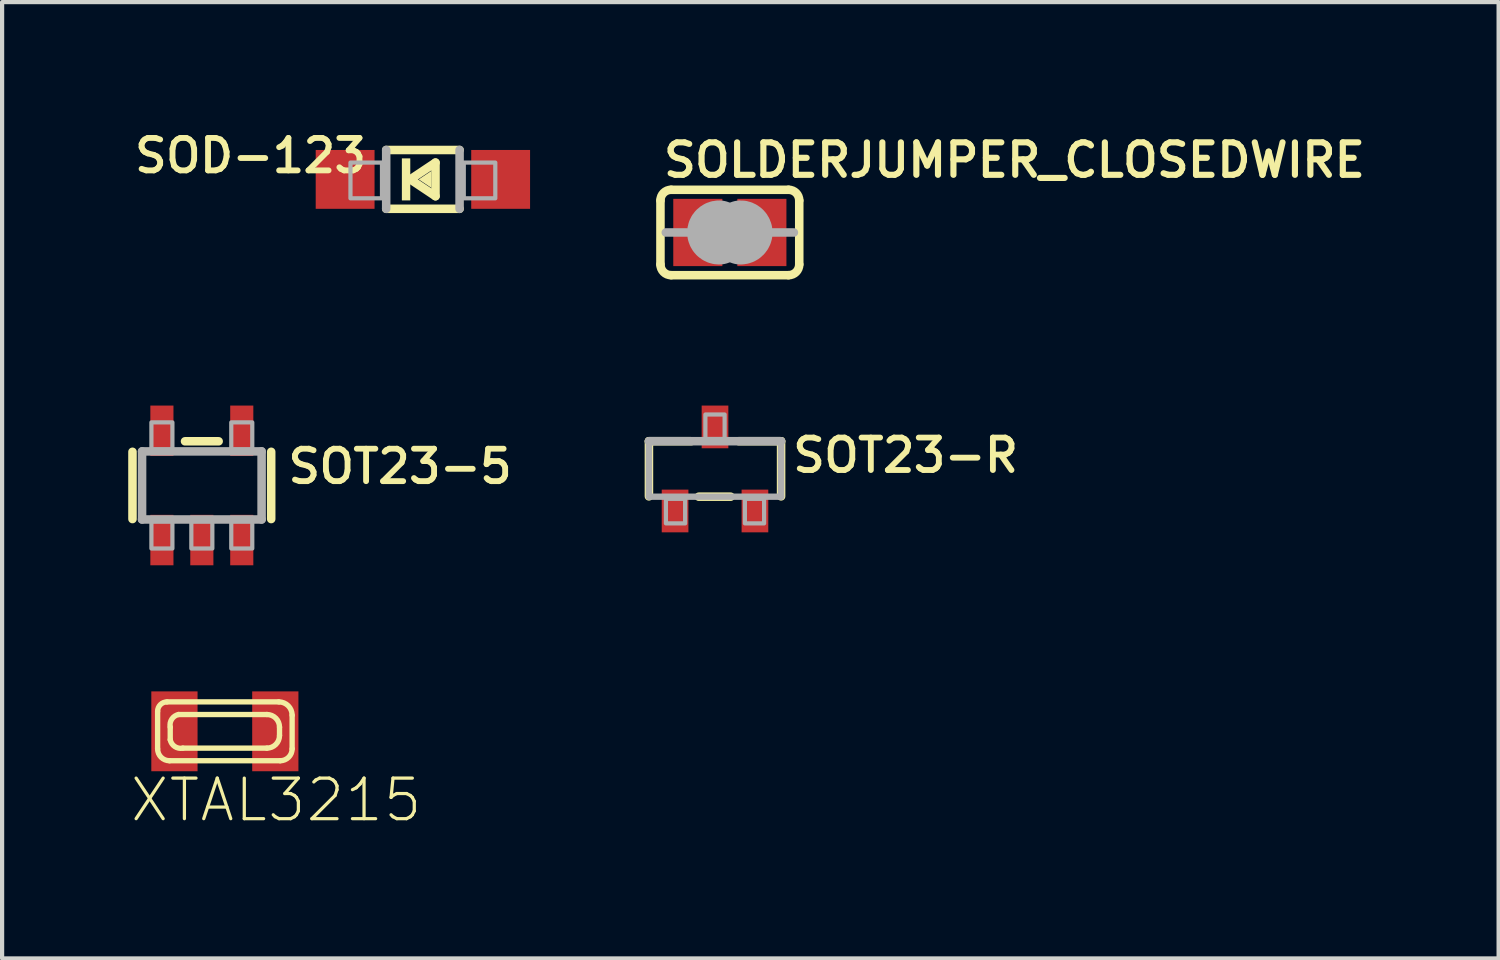
<source format=kicad_pcb>
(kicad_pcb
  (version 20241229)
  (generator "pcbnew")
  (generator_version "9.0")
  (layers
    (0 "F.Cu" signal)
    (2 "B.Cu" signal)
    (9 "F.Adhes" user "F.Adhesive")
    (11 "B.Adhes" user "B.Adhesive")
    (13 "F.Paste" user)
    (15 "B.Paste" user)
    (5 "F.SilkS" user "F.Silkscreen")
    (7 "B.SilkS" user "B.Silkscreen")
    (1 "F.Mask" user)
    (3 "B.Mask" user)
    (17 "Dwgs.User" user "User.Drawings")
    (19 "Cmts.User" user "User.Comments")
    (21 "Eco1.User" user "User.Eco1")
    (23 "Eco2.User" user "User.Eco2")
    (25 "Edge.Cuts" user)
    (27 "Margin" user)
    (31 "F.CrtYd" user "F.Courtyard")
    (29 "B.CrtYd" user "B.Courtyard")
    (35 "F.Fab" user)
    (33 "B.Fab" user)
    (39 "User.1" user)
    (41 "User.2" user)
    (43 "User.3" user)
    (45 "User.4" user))
  (footprint "SOLDERJUMPER_CLOSEDWIRE"
    (layer "F.Cu")
    (at 14.314 2.481)
    (property "Reference" "SOLDERJUMPER_CLOSEDWIRE" (at -1.651 -1.27 0) (layer "F.SilkS") (effects (font (size 0.772 0.772) (thickness 0.146)) (justify left bottom)))
    (attr through_hole)
    (fp_poly (pts (xy -1.27 -0.762) (xy 1.27 -0.762) (xy 1.27 0.762) (xy -1.27 0.762)) (stroke (width 0) (type solid)) (fill yes) (layer "F.Mask"))
    (fp_line (start -1.651 0.762) (end -1.651 -0.762) (stroke (width 0.203) (type solid)) (layer "F.SilkS"))
    (fp_line (start -1.397 -1.016) (end 1.397 -1.016) (stroke (width 0.203) (type solid)) (layer "F.SilkS"))
    (fp_line (start 1.397 1.016) (end -1.397 1.016) (stroke (width 0.203) (type solid)) (layer "F.SilkS"))
    (fp_line (start 1.651 0.762) (end 1.651 -0.762) (stroke (width 0.203) (type solid)) (layer "F.SilkS"))
    (fp_arc (start -1.651 -0.762) (mid -1.576605 -0.941605) (end -1.397 -1.016) (stroke (width 0.2032) (type solid)) (layer "F.SilkS"))
    (fp_arc (start -1.397 1.016) (mid -1.576605 0.941605) (end -1.651 0.762) (stroke (width 0.2032) (type solid)) (layer "F.SilkS"))
    (fp_arc (start 1.397 -1.016) (mid 1.576605 -0.941605) (end 1.651 -0.762) (stroke (width 0.2032) (type solid)) (layer "F.SilkS"))
    (fp_arc (start 1.651 0.762) (mid 1.576605 0.941605) (end 1.397 1.016) (stroke (width 0.2032) (type solid)) (layer "F.SilkS"))
    (fp_line (start -1.016 0) (end -1.524 0) (stroke (width 0.203) (type solid)) (layer "F.Fab"))
    (fp_line (start 1.016 0) (end 1.524 0) (stroke (width 0.203) (type solid)) (layer "F.Fab"))
    (fp_arc (start -0.254 0.127) (mid -0.381 0) (end -0.254 -0.127) (stroke (width 1.27) (type solid)) (layer "F.Fab"))
    (fp_arc (start 0.254 -0.127) (mid 0.381 0) (end 0.254 0.127) (stroke (width 1.27) (type solid)) (layer "F.Fab"))
    (pad "1" smd rect (at -0.762 0) (size 1.168 1.6) (layers "F.Cu" "F.Mask"))
    (pad "2" smd rect (at 0.762 0) (size 1.168 1.6) (layers "F.Cu" "F.Mask"))
    (pad "WIRE" smd rect (at 0 0) (size 0.635 0.203) (layers "F.Cu" "F.Mask")))
  (footprint "SOD-123"
    (layer "F.Cu")
    (at 7.011 1.218)
    (property "Reference" "SOD-123" (at -1.27 -1.016 180) (layer "F.SilkS") (effects (font (size 0.772 0.772) (thickness 0.139)) (justify right top)))
    (attr through_hole)
    (fp_line (start -0.873 -0.7) (end 0.873 -0.7) (stroke (width 0.203) (type solid)) (layer "F.SilkS"))
    (fp_line (start -0.3 0) (end 0.3 -0.4) (stroke (width 0.203) (type solid)) (layer "F.SilkS"))
    (fp_line (start 0.3 -0.4) (end 0.3 0.4) (stroke (width 0.203) (type solid)) (layer "F.SilkS"))
    (fp_line (start 0.3 0.4) (end -0.3 0) (stroke (width 0.203) (type solid)) (layer "F.SilkS"))
    (fp_line (start 0.873 0.7) (end -0.873 0.7) (stroke (width 0.203) (type solid)) (layer "F.SilkS"))
    (fp_poly (pts (xy -0.1 0) (xy 0.2 -0.2) (xy 0.2 0.2)) (stroke (width 0) (type solid)) (fill yes) (layer "F.SilkS"))
    (fp_poly (pts (xy -0.5 0.5) (xy -0.3 0.5) (xy -0.3 -0.5) (xy -0.5 -0.5)) (stroke (width 0) (type solid)) (fill yes) (layer "F.SilkS"))
    (fp_line (start -0.873 0.7) (end -0.873 -0.7) (stroke (width 0.203) (type solid)) (layer "F.Fab"))
    (fp_line (start 0.873 -0.7) (end 0.873 0.7) (stroke (width 0.203) (type solid)) (layer "F.Fab"))
    (fp_poly (pts (xy -1.723 0.45) (xy -0.973 0.45) (xy -0.973 -0.4) (xy -1.723 -0.4)) (stroke (width 0.1) (type solid)) (fill no) (layer "F.Fab"))
    (fp_poly (pts (xy 0.973 0.45) (xy 1.723 0.45) (xy 1.723 -0.4) (xy 0.973 -0.4)) (stroke (width 0.1) (type solid)) (fill no) (layer "F.Fab"))
    (pad "A" smd rect (at 1.85 0 90) (size 1.4 1.4) (layers "F.Cu" "F.Mask" "F.Paste"))
    (pad "C" smd rect (at -1.85 0 90) (size 1.4 1.4) (layers "F.Cu" "F.Mask" "F.Paste")))
  (footprint "SOT23-R"
    (layer "F.Cu")
    (at 13.961 8.107)
    (property "Reference" "SOT23-R" (at 1.778 0.127 0) (layer "F.SilkS") (effects (font (size 0.772 0.772) (thickness 0.139)) (justify left bottom)))
    (attr through_hole)
    (fp_line (start -1.572 -0.66) (end -0.564 -0.66) (stroke (width 0.203) (type solid)) (layer "F.SilkS"))
    (fp_line (start -1.572 0.652) (end -1.572 -0.66) (stroke (width 0.203) (type solid)) (layer "F.SilkS"))
    (fp_line (start 0.372 0.66) (end -0.386 0.66) (stroke (width 0.203) (type solid)) (layer "F.SilkS"))
    (fp_line (start 0.564 -0.66) (end 1.572 -0.66) (stroke (width 0.203) (type solid)) (layer "F.SilkS"))
    (fp_line (start 1.572 -0.66) (end 1.572 0.652) (stroke (width 0.203) (type solid)) (layer "F.SilkS"))
    (fp_line (start -1.572 -0.66) (end 1.572 -0.66) (stroke (width 0.203) (type solid)) (layer "F.Fab"))
    (fp_line (start -1.572 0.66) (end -1.572 -0.66) (stroke (width 0.152) (type solid)) (layer "F.Fab"))
    (fp_line (start 1.572 -0.66) (end 1.572 0.66) (stroke (width 0.152) (type solid)) (layer "F.Fab"))
    (fp_line (start 1.572 0.66) (end -1.572 0.66) (stroke (width 0.152) (type solid)) (layer "F.Fab"))
    (fp_poly (pts (xy -1.168 1.295) (xy -0.711 1.295) (xy -0.711 0.711) (xy -1.168 0.711)) (stroke (width 0.1) (type solid)) (fill no) (layer "F.Fab"))
    (fp_poly (pts (xy -0.229 -0.711) (xy 0.229 -0.711) (xy 0.229 -1.295) (xy -0.229 -1.295)) (stroke (width 0.1) (type solid)) (fill no) (layer "F.Fab"))
    (fp_poly (pts (xy 0.711 1.295) (xy 1.168 1.295) (xy 1.168 0.711) (xy 0.711 0.711)) (stroke (width 0.1) (type solid)) (fill no) (layer "F.Fab"))
    (pad "1" smd rect (at -0.95 1) (size 0.635 1.016) (layers "F.Cu" "F.Mask" "F.Paste"))
    (pad "2" smd rect (at 0.95 1) (size 0.635 1.016) (layers "F.Cu" "F.Mask" "F.Paste"))
    (pad "3" smd rect (at 0 -1) (size 0.635 1.016) (layers "F.Cu" "F.Mask" "F.Paste")))
  (footprint "XTAL3215"
    (layer "F.Cu")
    (at 2.3 14.349)
    (property "Reference" "XTAL3215" (at -2.3 2.2 0) (layer "F.SilkS") (effects (font (size 0.965 0.965) (thickness 0.077)) (justify left bottom)))
    (attr through_hole)
    (fp_line (start -1.6 0.417) (end -1.6 -0.476) (stroke (width 0.127) (type solid)) (layer "F.SilkS"))
    (fp_line (start -1.376 -0.7) (end 1.284 -0.7) (stroke (width 0.127) (type solid)) (layer "F.SilkS"))
    (fp_line (start -1.3 0.2) (end -1.3 -0.1) (stroke (width 0.127) (type solid)) (layer "F.SilkS"))
    (fp_line (start -1.1 -0.4) (end 1 -0.4) (stroke (width 0.127) (type solid)) (layer "F.SilkS"))
    (fp_line (start 1 0.4) (end -1 0.4) (stroke (width 0.127) (type solid)) (layer "F.SilkS"))
    (fp_line (start 1.3 -0.1) (end 1.3 0.1) (stroke (width 0.127) (type solid)) (layer "F.SilkS"))
    (fp_line (start 1.317 0.7) (end -1.317 0.7) (stroke (width 0.127) (type solid)) (layer "F.SilkS"))
    (fp_line (start 1.6 -0.384) (end 1.6 0.417) (stroke (width 0.127) (type solid)) (layer "F.SilkS"))
    (fp_arc (start -1.6 -0.4764) (mid -1.534509 -0.634509) (end -1.3764 -0.7) (stroke (width 0.127) (type solid)) (layer "F.SilkS"))
    (fp_arc (start -1.3172 0.7) (mid -1.51717 0.61717) (end -1.6 0.4172) (stroke (width 0.127) (type solid)) (layer "F.SilkS"))
    (fp_arc (start -1.3 -0.1) (mid -1.262161 -0.291441) (end -1.099999 -0.399999) (stroke (width 0.127) (type solid)) (layer "F.SilkS"))
    (fp_arc (start -1 0.4) (mid -1.191422 0.362132) (end -1.300001 0.199999) (stroke (width 0.127) (type solid)) (layer "F.SilkS"))
    (fp_arc (start 1 -0.4) (mid 1.212103 -0.312103) (end 1.3 -0.1) (stroke (width 0.127) (type solid)) (layer "F.SilkS"))
    (fp_arc (start 1.2838 -0.7) (mid 1.507387 -0.607387) (end 1.6 -0.3838) (stroke (width 0.127) (type solid)) (layer "F.SilkS"))
    (fp_arc (start 1.3 0.1) (mid 1.212131 0.312132) (end 0.999999 0.399999) (stroke (width 0.127) (type solid)) (layer "F.SilkS"))
    (fp_arc (start 1.6 0.4172) (mid 1.51717 0.61717) (end 1.3172 0.7) (stroke (width 0.127) (type solid)) (layer "F.SilkS"))
    (pad "P$1" smd rect (at 1.2 0) (size 1.1 1.9) (layers "F.Cu" "F.Mask" "F.Paste"))
    (pad "P$2" smd rect (at -1.2 0 180) (size 1.1 1.9) (layers "F.Cu" "F.Mask" "F.Paste")))
  (footprint "SOT23-5"
    (layer "F.Cu")
    (at 1.752 8.499)
    (property "Reference" "SOT23-5" (at 1.978 0 0) (layer "F.SilkS") (effects (font (size 0.772 0.772) (thickness 0.139)) (justify left bottom)))
    (attr through_hole)
    (fp_line (start -1.65 -0.8) (end -1.65 0.8) (stroke (width 0.203) (type solid)) (layer "F.SilkS"))
    (fp_line (start -0.4 -1.05) (end 0.4 -1.05) (stroke (width 0.203) (type solid)) (layer "F.SilkS"))
    (fp_line (start 1.65 -0.8) (end 1.65 0.8) (stroke (width 0.203) (type solid)) (layer "F.SilkS"))
    (fp_line (start -1.422 -0.81) (end 1.422 -0.81) (stroke (width 0.203) (type solid)) (layer "F.Fab"))
    (fp_line (start -1.422 0.81) (end -1.422 -0.81) (stroke (width 0.203) (type solid)) (layer "F.Fab"))
    (fp_line (start 1.422 -0.81) (end 1.422 0.81) (stroke (width 0.203) (type solid)) (layer "F.Fab"))
    (fp_line (start 1.422 0.81) (end -1.422 0.81) (stroke (width 0.203) (type solid)) (layer "F.Fab"))
    (fp_poly (pts (xy -1.2 -0.85) (xy -0.7 -0.85) (xy -0.7 -1.5) (xy -1.2 -1.5)) (stroke (width 0.1) (type solid)) (fill no) (layer "F.Fab"))
    (fp_poly (pts (xy -1.2 1.5) (xy -0.7 1.5) (xy -0.7 0.85) (xy -1.2 0.85)) (stroke (width 0.1) (type solid)) (fill no) (layer "F.Fab"))
    (fp_poly (pts (xy -0.25 1.5) (xy 0.25 1.5) (xy 0.25 0.85) (xy -0.25 0.85)) (stroke (width 0.1) (type solid)) (fill no) (layer "F.Fab"))
    (fp_poly (pts (xy 0.7 -0.85) (xy 1.2 -0.85) (xy 1.2 -1.5) (xy 0.7 -1.5)) (stroke (width 0.1) (type solid)) (fill no) (layer "F.Fab"))
    (fp_poly (pts (xy 0.7 1.5) (xy 1.2 1.5) (xy 1.2 0.85) (xy 0.7 0.85)) (stroke (width 0.1) (type solid)) (fill no) (layer "F.Fab"))
    (pad "1" smd rect (at -0.95 1.3) (size 0.55 1.2) (layers "F.Cu" "F.Mask" "F.Paste"))
    (pad "2" smd rect (at 0 1.3) (size 0.55 1.2) (layers "F.Cu" "F.Mask" "F.Paste"))
    (pad "3" smd rect (at 0.95 1.3) (size 0.55 1.2) (layers "F.Cu" "F.Mask" "F.Paste"))
    (pad "4" smd rect (at 0.95 -1.3) (size 0.55 1.2) (layers "F.Cu" "F.Mask" "F.Paste"))
    (pad "5" smd rect (at -0.95 -1.3) (size 0.55 1.2) (layers "F.Cu" "F.Mask" "F.Paste")))
  (gr_rect
    (start -3 -3)
    (end 32.604 19.752)
    (stroke (width 0.1) (type default))
    (fill no)
    (layer "Edge.Cuts")))
</source>
